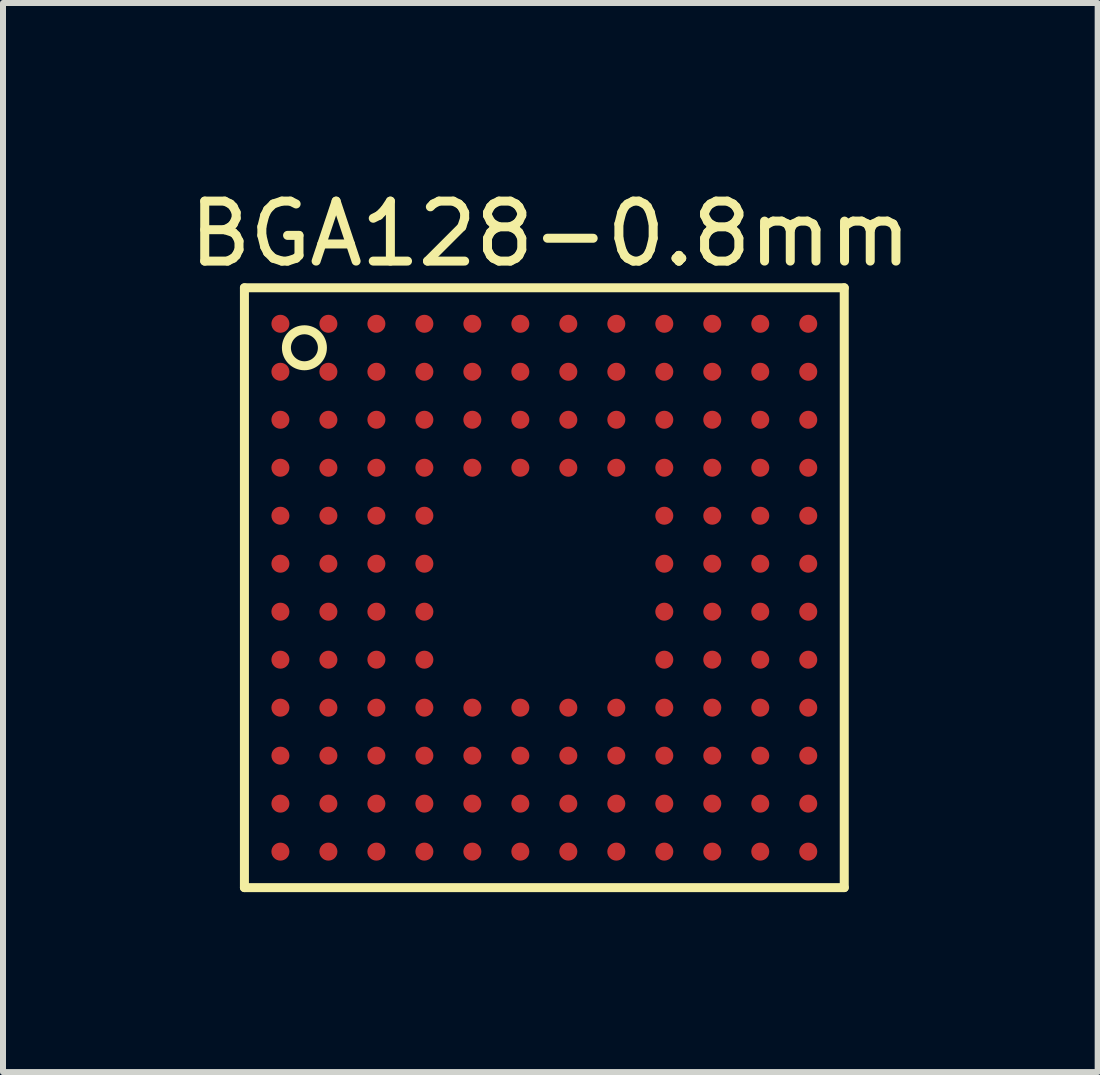
<source format=kicad_pcb>
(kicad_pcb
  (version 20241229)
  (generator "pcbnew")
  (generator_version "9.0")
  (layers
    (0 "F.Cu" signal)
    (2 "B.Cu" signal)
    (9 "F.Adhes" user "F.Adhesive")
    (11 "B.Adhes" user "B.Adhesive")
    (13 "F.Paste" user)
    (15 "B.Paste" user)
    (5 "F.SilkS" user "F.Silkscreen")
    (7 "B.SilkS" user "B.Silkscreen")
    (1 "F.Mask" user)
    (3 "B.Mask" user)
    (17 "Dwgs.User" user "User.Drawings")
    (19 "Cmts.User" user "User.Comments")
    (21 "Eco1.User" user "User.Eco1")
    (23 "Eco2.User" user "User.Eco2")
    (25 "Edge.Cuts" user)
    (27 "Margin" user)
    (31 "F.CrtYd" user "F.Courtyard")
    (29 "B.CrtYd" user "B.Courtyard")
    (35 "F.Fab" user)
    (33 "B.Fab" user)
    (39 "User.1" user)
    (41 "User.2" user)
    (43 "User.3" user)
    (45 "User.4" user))
  (footprint "BGA128-0.8mm"
    (layer "F.Cu")
    (at 1.025 1.748)
    (property "Reference" "BGA128-0.8mm" (at 5.1 -0.9 0) (layer "F.SilkS") (effects (font (size 1 1) (thickness 0.15))))
    (attr through_hole)
    (fp_line (start 0 0) (end 10 0) (stroke (width 0.15) (type solid)) (layer "F.SilkS"))
    (fp_line (start 0 10) (end 0 0) (stroke (width 0.15) (type solid)) (layer "F.SilkS"))
    (fp_line (start 10 0) (end 10 10) (stroke (width 0.15) (type solid)) (layer "F.SilkS"))
    (fp_line (start 10 10) (end 0 10) (stroke (width 0.15) (type solid)) (layer "F.SilkS"))
    (fp_circle (center 1 1) (end 1.3 1) (stroke (width 0.15) (type solid)) (fill no) (layer "F.SilkS"))
    (pad "A1" smd circle (at 0.6 0.6 180) (size 0.3 0.3) (layers "F.Cu" "F.Mask" "F.Paste"))
    (pad "A2" smd circle (at 0.6 1.4) (size 0.3 0.3) (layers "F.Cu" "F.Mask" "F.Paste"))
    (pad "A3" smd circle (at 0.6 2.2) (size 0.3 0.3) (layers "F.Cu" "F.Mask" "F.Paste"))
    (pad "A4" smd circle (at 0.6 3) (size 0.3 0.3) (layers "F.Cu" "F.Mask" "F.Paste"))
    (pad "A5" smd circle (at 0.6 3.8) (size 0.3 0.3) (layers "F.Cu" "F.Mask" "F.Paste"))
    (pad "A6" smd circle (at 0.6 4.6) (size 0.3 0.3) (layers "F.Cu" "F.Mask" "F.Paste"))
    (pad "A7" smd circle (at 0.6 5.4) (size 0.3 0.3) (layers "F.Cu" "F.Mask" "F.Paste"))
    (pad "A8" smd circle (at 0.6 6.2) (size 0.3 0.3) (layers "F.Cu" "F.Mask" "F.Paste"))
    (pad "A9" smd circle (at 0.6 7) (size 0.3 0.3) (layers "F.Cu" "F.Mask" "F.Paste"))
    (pad "A10" smd circle (at 0.6 7.8) (size 0.3 0.3) (layers "F.Cu" "F.Mask" "F.Paste"))
    (pad "A11" smd circle (at 0.6 8.6) (size 0.3 0.3) (layers "F.Cu" "F.Mask" "F.Paste"))
    (pad "A12" smd circle (at 0.6 9.4) (size 0.3 0.3) (layers "F.Cu" "F.Mask" "F.Paste"))
    (pad "B1" smd circle (at 1.4 0.6) (size 0.3 0.3) (layers "F.Cu" "F.Mask" "F.Paste"))
    (pad "B2" smd circle (at 1.4 1.4) (size 0.3 0.3) (layers "F.Cu" "F.Mask" "F.Paste"))
    (pad "B3" smd circle (at 1.4 2.2) (size 0.3 0.3) (layers "F.Cu" "F.Mask" "F.Paste"))
    (pad "B4" smd circle (at 1.4 3) (size 0.3 0.3) (layers "F.Cu" "F.Mask" "F.Paste"))
    (pad "B5" smd circle (at 1.4 3.8) (size 0.3 0.3) (layers "F.Cu" "F.Mask" "F.Paste"))
    (pad "B6" smd circle (at 1.4 4.6) (size 0.3 0.3) (layers "F.Cu" "F.Mask" "F.Paste"))
    (pad "B7" smd circle (at 1.4 5.4) (size 0.3 0.3) (layers "F.Cu" "F.Mask" "F.Paste"))
    (pad "B8" smd circle (at 1.4 6.2) (size 0.3 0.3) (layers "F.Cu" "F.Mask" "F.Paste"))
    (pad "B9" smd circle (at 1.4 7) (size 0.3 0.3) (layers "F.Cu" "F.Mask" "F.Paste"))
    (pad "B10" smd circle (at 1.4 7.8) (size 0.3 0.3) (layers "F.Cu" "F.Mask" "F.Paste"))
    (pad "B11" smd circle (at 1.4 8.6) (size 0.3 0.3) (layers "F.Cu" "F.Mask" "F.Paste"))
    (pad "B12" smd circle (at 1.4 9.4) (size 0.3 0.3) (layers "F.Cu" "F.Mask" "F.Paste"))
    (pad "C1" smd circle (at 2.2 0.6) (size 0.3 0.3) (layers "F.Cu" "F.Mask" "F.Paste"))
    (pad "C1" smd circle (at 2.2 1.4) (size 0.3 0.3) (layers "F.Cu" "F.Mask" "F.Paste"))
    (pad "C3" smd circle (at 2.2 2.2) (size 0.3 0.3) (layers "F.Cu" "F.Mask" "F.Paste"))
    (pad "C4" smd circle (at 2.2 3) (size 0.3 0.3) (layers "F.Cu" "F.Mask" "F.Paste"))
    (pad "C5" smd circle (at 2.2 3.8) (size 0.3 0.3) (layers "F.Cu" "F.Mask" "F.Paste"))
    (pad "C6" smd circle (at 2.2 4.6) (size 0.3 0.3) (layers "F.Cu" "F.Mask" "F.Paste"))
    (pad "C7" smd circle (at 2.2 5.4) (size 0.3 0.3) (layers "F.Cu" "F.Mask" "F.Paste"))
    (pad "C8" smd circle (at 2.2 6.2) (size 0.3 0.3) (layers "F.Cu" "F.Mask" "F.Paste"))
    (pad "C9" smd circle (at 2.2 7) (size 0.3 0.3) (layers "F.Cu" "F.Mask" "F.Paste"))
    (pad "C10" smd circle (at 2.2 7.8) (size 0.3 0.3) (layers "F.Cu" "F.Mask" "F.Paste"))
    (pad "C11" smd circle (at 2.2 8.6) (size 0.3 0.3) (layers "F.Cu" "F.Mask" "F.Paste"))
    (pad "C12" smd circle (at 2.2 9.4) (size 0.3 0.3) (layers "F.Cu" "F.Mask" "F.Paste"))
    (pad "D1" smd circle (at 3 0.6) (size 0.3 0.3) (layers "F.Cu" "F.Mask" "F.Paste"))
    (pad "D2" smd circle (at 3 1.4) (size 0.3 0.3) (layers "F.Cu" "F.Mask" "F.Paste"))
    (pad "D3" smd circle (at 3 2.2) (size 0.3 0.3) (layers "F.Cu" "F.Mask" "F.Paste"))
    (pad "D4" smd circle (at 3 3) (size 0.3 0.3) (layers "F.Cu" "F.Mask" "F.Paste"))
    (pad "D5" smd circle (at 3 3.8) (size 0.3 0.3) (layers "F.Cu" "F.Mask" "F.Paste"))
    (pad "D6" smd circle (at 3 4.6) (size 0.3 0.3) (layers "F.Cu" "F.Mask" "F.Paste"))
    (pad "D7" smd circle (at 3 5.4) (size 0.3 0.3) (layers "F.Cu" "F.Mask" "F.Paste"))
    (pad "D8" smd circle (at 3 6.2) (size 0.3 0.3) (layers "F.Cu" "F.Mask" "F.Paste"))
    (pad "D9" smd circle (at 3 7) (size 0.3 0.3) (layers "F.Cu" "F.Mask" "F.Paste"))
    (pad "D10" smd circle (at 3 7.8) (size 0.3 0.3) (layers "F.Cu" "F.Mask" "F.Paste"))
    (pad "D11" smd circle (at 3 8.6) (size 0.3 0.3) (layers "F.Cu" "F.Mask" "F.Paste"))
    (pad "D12" smd circle (at 3 9.4) (size 0.3 0.3) (layers "F.Cu" "F.Mask" "F.Paste"))
    (pad "E1" smd circle (at 3.8 0.6) (size 0.3 0.3) (layers "F.Cu" "F.Mask" "F.Paste"))
    (pad "E2" smd circle (at 3.8 1.4) (size 0.3 0.3) (layers "F.Cu" "F.Mask" "F.Paste"))
    (pad "E3" smd circle (at 3.8 2.2) (size 0.3 0.3) (layers "F.Cu" "F.Mask" "F.Paste"))
    (pad "E4" smd circle (at 3.8 3) (size 0.3 0.3) (layers "F.Cu" "F.Mask" "F.Paste"))
    (pad "E9" smd circle (at 3.8 7) (size 0.3 0.3) (layers "F.Cu" "F.Mask" "F.Paste"))
    (pad "E10" smd circle (at 3.8 7.8) (size 0.3 0.3) (layers "F.Cu" "F.Mask" "F.Paste"))
    (pad "E11" smd circle (at 3.8 8.6) (size 0.3 0.3) (layers "F.Cu" "F.Mask" "F.Paste"))
    (pad "E12" smd circle (at 3.8 9.4) (size 0.3 0.3) (layers "F.Cu" "F.Mask" "F.Paste"))
    (pad "F1" smd circle (at 4.6 0.6) (size 0.3 0.3) (layers "F.Cu" "F.Mask" "F.Paste"))
    (pad "F2" smd circle (at 4.6 1.4) (size 0.3 0.3) (layers "F.Cu" "F.Mask" "F.Paste"))
    (pad "F3" smd circle (at 4.6 2.2) (size 0.3 0.3) (layers "F.Cu" "F.Mask" "F.Paste"))
    (pad "F4" smd circle (at 4.6 3) (size 0.3 0.3) (layers "F.Cu" "F.Mask" "F.Paste"))
    (pad "F9" smd circle (at 4.6 7) (size 0.3 0.3) (layers "F.Cu" "F.Mask" "F.Paste"))
    (pad "F10" smd circle (at 4.6 7.8) (size 0.3 0.3) (layers "F.Cu" "F.Mask" "F.Paste"))
    (pad "F11" smd circle (at 4.6 8.6) (size 0.3 0.3) (layers "F.Cu" "F.Mask" "F.Paste"))
    (pad "F12" smd circle (at 4.6 9.4) (size 0.3 0.3) (layers "F.Cu" "F.Mask" "F.Paste"))
    (pad "G1" smd circle (at 5.4 0.6) (size 0.3 0.3) (layers "F.Cu" "F.Mask" "F.Paste"))
    (pad "G2" smd circle (at 5.4 1.4) (size 0.3 0.3) (layers "F.Cu" "F.Mask" "F.Paste"))
    (pad "G3" smd circle (at 5.4 2.2) (size 0.3 0.3) (layers "F.Cu" "F.Mask" "F.Paste"))
    (pad "G4" smd circle (at 5.4 3) (size 0.3 0.3) (layers "F.Cu" "F.Mask" "F.Paste"))
    (pad "G9" smd circle (at 5.4 7) (size 0.3 0.3) (layers "F.Cu" "F.Mask" "F.Paste"))
    (pad "G10" smd circle (at 5.4 7.8) (size 0.3 0.3) (layers "F.Cu" "F.Mask" "F.Paste"))
    (pad "G11" smd circle (at 5.4 8.6) (size 0.3 0.3) (layers "F.Cu" "F.Mask" "F.Paste"))
    (pad "G12" smd circle (at 5.4 9.4) (size 0.3 0.3) (layers "F.Cu" "F.Mask" "F.Paste"))
    (pad "H1" smd circle (at 6.2 0.6) (size 0.3 0.3) (layers "F.Cu" "F.Mask" "F.Paste"))
    (pad "H2" smd circle (at 6.2 1.4) (size 0.3 0.3) (layers "F.Cu" "F.Mask" "F.Paste"))
    (pad "H3" smd circle (at 6.2 2.2) (size 0.3 0.3) (layers "F.Cu" "F.Mask" "F.Paste"))
    (pad "H4" smd circle (at 6.2 3) (size 0.3 0.3) (layers "F.Cu" "F.Mask" "F.Paste"))
    (pad "H9" smd circle (at 6.2 7) (size 0.3 0.3) (layers "F.Cu" "F.Mask" "F.Paste"))
    (pad "H10" smd circle (at 6.2 7.8) (size 0.3 0.3) (layers "F.Cu" "F.Mask" "F.Paste"))
    (pad "H11" smd circle (at 6.2 8.6) (size 0.3 0.3) (layers "F.Cu" "F.Mask" "F.Paste"))
    (pad "H12" smd circle (at 6.2 9.4) (size 0.3 0.3) (layers "F.Cu" "F.Mask" "F.Paste"))
    (pad "J1" smd circle (at 7 0.6) (size 0.3 0.3) (layers "F.Cu" "F.Mask" "F.Paste"))
    (pad "J2" smd circle (at 7 1.4) (size 0.3 0.3) (layers "F.Cu" "F.Mask" "F.Paste"))
    (pad "J3" smd circle (at 7 2.2) (size 0.3 0.3) (layers "F.Cu" "F.Mask" "F.Paste"))
    (pad "J4" smd circle (at 7 3) (size 0.3 0.3) (layers "F.Cu" "F.Mask" "F.Paste"))
    (pad "J5" smd circle (at 7 3.8) (size 0.3 0.3) (layers "F.Cu" "F.Mask" "F.Paste"))
    (pad "J6" smd circle (at 7 4.6) (size 0.3 0.3) (layers "F.Cu" "F.Mask" "F.Paste"))
    (pad "J7" smd circle (at 7 5.4) (size 0.3 0.3) (layers "F.Cu" "F.Mask" "F.Paste"))
    (pad "J8" smd circle (at 7 6.2) (size 0.3 0.3) (layers "F.Cu" "F.Mask" "F.Paste"))
    (pad "J9" smd circle (at 7 7) (size 0.3 0.3) (layers "F.Cu" "F.Mask" "F.Paste"))
    (pad "J10" smd circle (at 7 7.8) (size 0.3 0.3) (layers "F.Cu" "F.Mask" "F.Paste"))
    (pad "J11" smd circle (at 7 8.6) (size 0.3 0.3) (layers "F.Cu" "F.Mask" "F.Paste"))
    (pad "J12" smd circle (at 7 9.4) (size 0.3 0.3) (layers "F.Cu" "F.Mask" "F.Paste"))
    (pad "K1" smd circle (at 7.8 0.6) (size 0.3 0.3) (layers "F.Cu" "F.Mask" "F.Paste"))
    (pad "K2" smd circle (at 7.8 1.4) (size 0.3 0.3) (layers "F.Cu" "F.Mask" "F.Paste"))
    (pad "K3" smd circle (at 7.8 2.2) (size 0.3 0.3) (layers "F.Cu" "F.Mask" "F.Paste"))
    (pad "K4" smd circle (at 7.8 3) (size 0.3 0.3) (layers "F.Cu" "F.Mask" "F.Paste"))
    (pad "K5" smd circle (at 7.8 3.8) (size 0.3 0.3) (layers "F.Cu" "F.Mask" "F.Paste"))
    (pad "K6" smd circle (at 7.8 4.6) (size 0.3 0.3) (layers "F.Cu" "F.Mask" "F.Paste"))
    (pad "K7" smd circle (at 7.8 5.4) (size 0.3 0.3) (layers "F.Cu" "F.Mask" "F.Paste"))
    (pad "K8" smd circle (at 7.8 6.2) (size 0.3 0.3) (layers "F.Cu" "F.Mask" "F.Paste"))
    (pad "K9" smd circle (at 7.8 7) (size 0.3 0.3) (layers "F.Cu" "F.Mask" "F.Paste"))
    (pad "K10" smd circle (at 7.8 7.8) (size 0.3 0.3) (layers "F.Cu" "F.Mask" "F.Paste"))
    (pad "K11" smd circle (at 7.8 8.6) (size 0.3 0.3) (layers "F.Cu" "F.Mask" "F.Paste"))
    (pad "K12" smd circle (at 7.8 9.4) (size 0.3 0.3) (layers "F.Cu" "F.Mask" "F.Paste"))
    (pad "L1" smd circle (at 8.6 0.6) (size 0.3 0.3) (layers "F.Cu" "F.Mask" "F.Paste"))
    (pad "L2" smd circle (at 8.6 1.4) (size 0.3 0.3) (layers "F.Cu" "F.Mask" "F.Paste"))
    (pad "L3" smd circle (at 8.6 2.2) (size 0.3 0.3) (layers "F.Cu" "F.Mask" "F.Paste"))
    (pad "L4" smd circle (at 8.6 3) (size 0.3 0.3) (layers "F.Cu" "F.Mask" "F.Paste"))
    (pad "L5" smd circle (at 8.6 3.8) (size 0.3 0.3) (layers "F.Cu" "F.Mask" "F.Paste"))
    (pad "L6" smd circle (at 8.6 4.6) (size 0.3 0.3) (layers "F.Cu" "F.Mask" "F.Paste"))
    (pad "L7" smd circle (at 8.6 5.4) (size 0.3 0.3) (layers "F.Cu" "F.Mask" "F.Paste"))
    (pad "L8" smd circle (at 8.6 6.2) (size 0.3 0.3) (layers "F.Cu" "F.Mask" "F.Paste"))
    (pad "L9" smd circle (at 8.6 7) (size 0.3 0.3) (layers "F.Cu" "F.Mask" "F.Paste"))
    (pad "L10" smd circle (at 8.6 7.8) (size 0.3 0.3) (layers "F.Cu" "F.Mask" "F.Paste"))
    (pad "L11" smd circle (at 8.6 8.6) (size 0.3 0.3) (layers "F.Cu" "F.Mask" "F.Paste"))
    (pad "L12" smd circle (at 8.6 9.4) (size 0.3 0.3) (layers "F.Cu" "F.Mask" "F.Paste"))
    (pad "M1" smd circle (at 9.4 0.6) (size 0.3 0.3) (layers "F.Cu" "F.Mask" "F.Paste"))
    (pad "M2" smd circle (at 9.4 1.4) (size 0.3 0.3) (layers "F.Cu" "F.Mask" "F.Paste"))
    (pad "M3" smd circle (at 9.4 2.2) (size 0.3 0.3) (layers "F.Cu" "F.Mask" "F.Paste"))
    (pad "M4" smd circle (at 9.4 3) (size 0.3 0.3) (layers "F.Cu" "F.Mask" "F.Paste"))
    (pad "M5" smd circle (at 9.4 3.8) (size 0.3 0.3) (layers "F.Cu" "F.Mask" "F.Paste"))
    (pad "M6" smd circle (at 9.4 4.6) (size 0.3 0.3) (layers "F.Cu" "F.Mask" "F.Paste"))
    (pad "M7" smd circle (at 9.4 5.4) (size 0.3 0.3) (layers "F.Cu" "F.Mask" "F.Paste"))
    (pad "M8" smd circle (at 9.4 6.2) (size 0.3 0.3) (layers "F.Cu" "F.Mask" "F.Paste"))
    (pad "M9" smd circle (at 9.4 7) (size 0.3 0.3) (layers "F.Cu" "F.Mask" "F.Paste"))
    (pad "M10" smd circle (at 9.4 7.8) (size 0.3 0.3) (layers "F.Cu" "F.Mask" "F.Paste"))
    (pad "M11" smd circle (at 9.4 8.6) (size 0.3 0.3) (layers "F.Cu" "F.Mask" "F.Paste"))
    (pad "M12" smd circle (at 9.4 9.4) (size 0.3 0.3) (layers "F.Cu" "F.Mask" "F.Paste")))
  (gr_rect
    (start -3 -3)
    (end 15.25 14.823)
    (stroke (width 0.1) (type default))
    (fill no)
    (layer "Edge.Cuts")))
</source>
